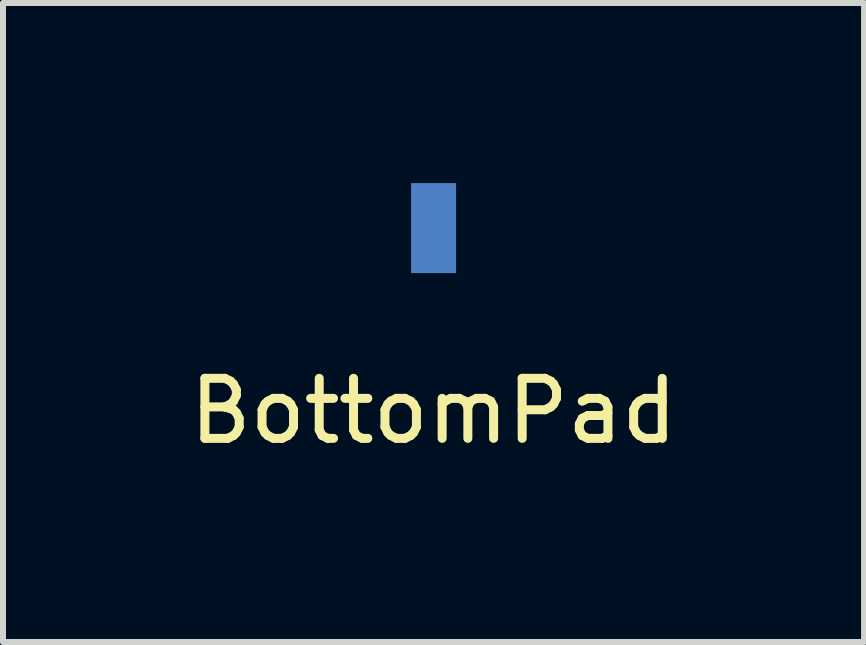
<source format=kicad_pcb>
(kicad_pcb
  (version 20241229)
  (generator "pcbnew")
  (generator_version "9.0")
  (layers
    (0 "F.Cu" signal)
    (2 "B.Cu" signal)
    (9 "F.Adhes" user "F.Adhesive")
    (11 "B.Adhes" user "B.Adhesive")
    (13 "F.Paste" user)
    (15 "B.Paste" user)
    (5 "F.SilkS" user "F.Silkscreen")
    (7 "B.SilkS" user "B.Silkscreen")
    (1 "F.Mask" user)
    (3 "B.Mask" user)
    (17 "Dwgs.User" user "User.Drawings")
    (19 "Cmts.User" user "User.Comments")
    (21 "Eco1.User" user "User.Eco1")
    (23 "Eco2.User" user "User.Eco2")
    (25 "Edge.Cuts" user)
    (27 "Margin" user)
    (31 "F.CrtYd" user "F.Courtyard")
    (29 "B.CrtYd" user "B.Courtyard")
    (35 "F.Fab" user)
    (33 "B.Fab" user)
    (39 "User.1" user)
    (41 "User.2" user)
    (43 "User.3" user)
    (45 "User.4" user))
  (footprint "BottomPad"
    (layer "F.Cu")
    (at 4.173 0.75)
    (property "Reference" "BottomPad" (at 0 3.048 0) (layer "F.SilkS") (effects (font (size 1 1) (thickness 0.15))))
    (attr through_hole)
    (pad "1" smd rect (at 0 0) (size 0.75 1.5) (layers "B.Cu" "B.Mask" "B.Paste")))
  (gr_rect
    (start -3 -3)
    (end 11.345 7.646)
    (stroke (width 0.1) (type default))
    (fill no)
    (layer "Edge.Cuts")))
</source>
